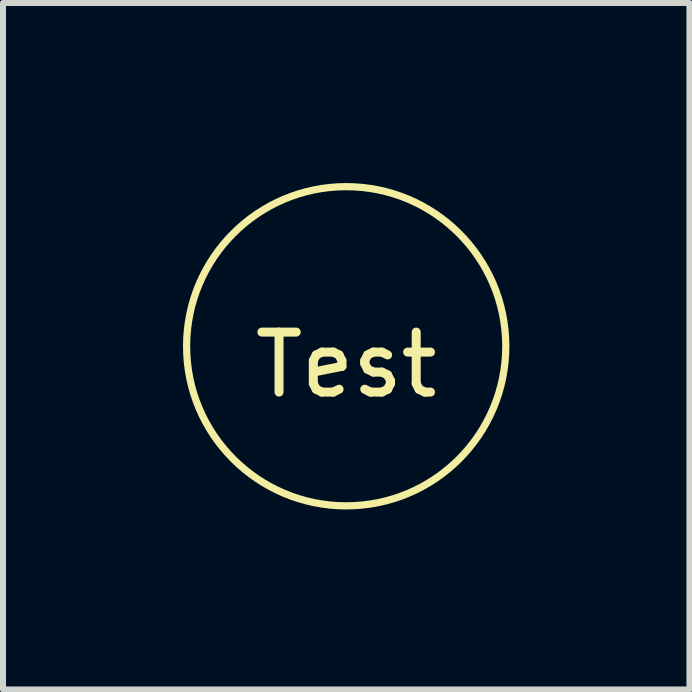
<source format=kicad_pcb>
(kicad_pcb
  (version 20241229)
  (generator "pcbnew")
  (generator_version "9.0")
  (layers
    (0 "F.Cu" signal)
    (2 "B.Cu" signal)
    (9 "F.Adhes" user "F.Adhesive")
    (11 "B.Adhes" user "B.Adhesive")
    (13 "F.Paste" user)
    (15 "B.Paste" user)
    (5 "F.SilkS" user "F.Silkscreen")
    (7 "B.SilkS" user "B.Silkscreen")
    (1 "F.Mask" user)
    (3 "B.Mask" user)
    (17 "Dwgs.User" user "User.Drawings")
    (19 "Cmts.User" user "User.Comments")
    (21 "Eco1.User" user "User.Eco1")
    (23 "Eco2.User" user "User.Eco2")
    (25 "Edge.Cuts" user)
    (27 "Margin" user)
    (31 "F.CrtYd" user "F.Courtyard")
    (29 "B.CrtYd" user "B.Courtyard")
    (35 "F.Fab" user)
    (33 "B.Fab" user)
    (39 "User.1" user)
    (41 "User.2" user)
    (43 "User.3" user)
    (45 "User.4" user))
  (footprint "Test"
    (layer "F.Cu")
    (at 2.719 2.529)
    (property "Reference" "Test" (at 0 0.5 0) (layer "F.SilkS") (effects (font (size 1 1) (thickness 0.15))))
    (attr through_hole)
    (fp_circle (center 0 0.191) (end 2.223 1.651) (stroke (width 0.12) (type solid)) (fill no) (layer "F.SilkS")))
  (gr_rect
    (start -3 -3)
    (end 8.439 8.439)
    (stroke (width 0.1) (type default))
    (fill no)
    (layer "Edge.Cuts")))
</source>
